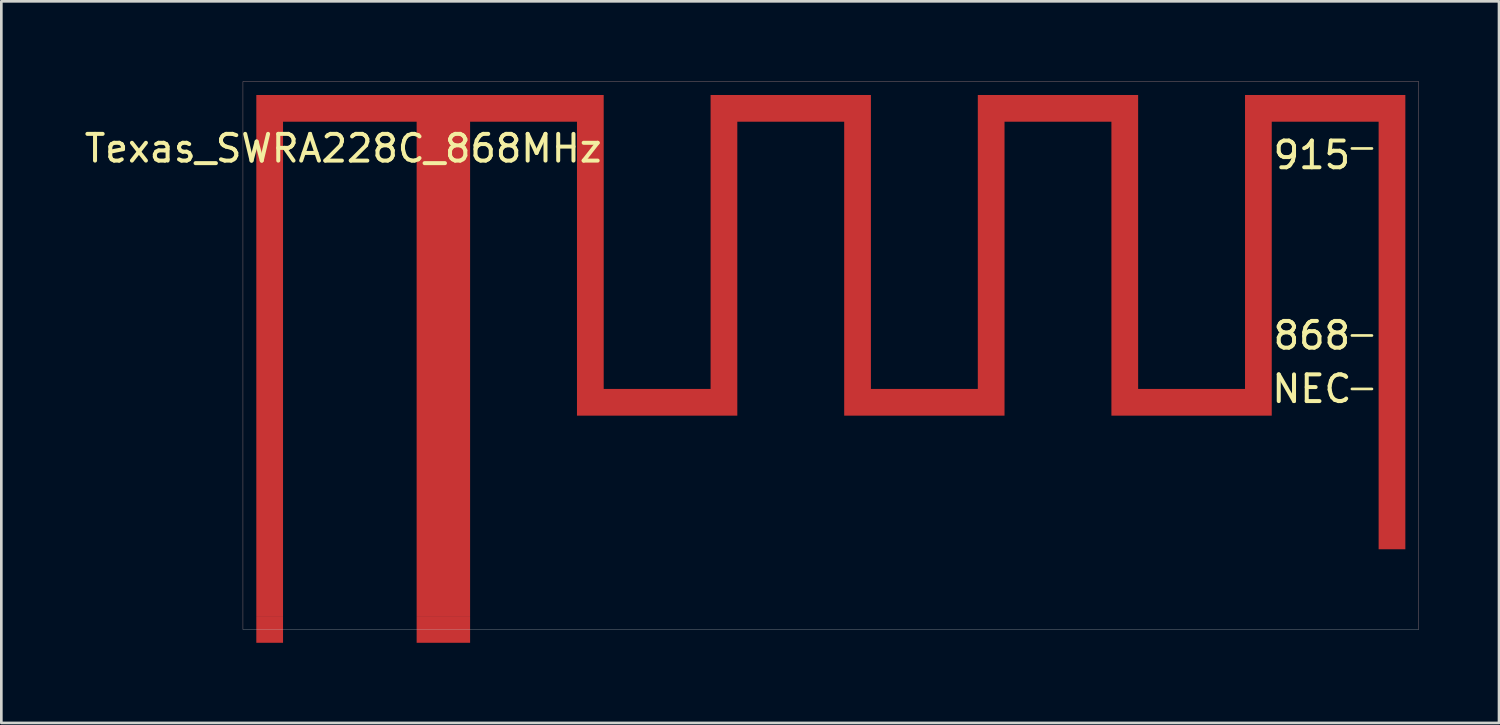
<source format=kicad_pcb>
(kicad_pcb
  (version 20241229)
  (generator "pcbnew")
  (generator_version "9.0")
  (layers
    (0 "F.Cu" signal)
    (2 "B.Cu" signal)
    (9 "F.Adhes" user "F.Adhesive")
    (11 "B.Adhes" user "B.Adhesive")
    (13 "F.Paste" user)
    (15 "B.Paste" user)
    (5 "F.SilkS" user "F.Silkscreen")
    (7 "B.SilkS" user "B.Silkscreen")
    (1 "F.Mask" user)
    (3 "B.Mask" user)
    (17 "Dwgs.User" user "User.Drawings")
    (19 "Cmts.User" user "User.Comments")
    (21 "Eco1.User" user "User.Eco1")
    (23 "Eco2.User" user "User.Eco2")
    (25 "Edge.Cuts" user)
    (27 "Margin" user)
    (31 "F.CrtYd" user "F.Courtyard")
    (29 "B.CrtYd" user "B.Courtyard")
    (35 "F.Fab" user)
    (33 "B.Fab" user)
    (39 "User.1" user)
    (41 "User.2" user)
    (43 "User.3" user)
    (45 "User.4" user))
  (footprint "Texas_SWRA228C_868MHz"
    (layer "F.Cu")
    (at 13.542 20.505)
    (property "Reference" "Texas_SWRA228C_868MHz" (at -3.75 -18 0) (layer "F.SilkS") (effects (font (size 1 1) (thickness 0.15))))
    (attr through_hole)
    (fp_poly (pts (xy -1 -0.5) (xy -1 -19) (xy -6 -19) (xy -6 -0.5) (xy -7 -0.5) (xy -7 -20) (xy 6 -20) (xy 6 -9) (xy 10 -9) (xy 10 -20) (xy 16 -20) (xy 16 -9) (xy 20 -9) (xy 20 -20) (xy 26 -20) (xy 26 -9) (xy 30 -9) (xy 30 -20) (xy 36 -20) (xy 36 -3) (xy 35 -3) (xy 35 -19) (xy 31 -19) (xy 31 -8) (xy 25 -8) (xy 25 -19) (xy 21 -19) (xy 21 -8) (xy 15 -8) (xy 15 -19) (xy 11 -19) (xy 11 -8) (xy 5 -8) (xy 5 -19) (xy 1 -19) (xy 1 -0.5)) (stroke (width 0) (type solid)) (fill yes) (layer "F.Cu"))
    (fp_poly (pts (xy 35 -3) (xy 36 -3) (xy 36 -18) (xy 35 -18)) (stroke (width 0.15) (type solid)) (fill yes) (layer "F.Mask"))
    (fp_line (start 34.75 -18) (end 34 -18) (stroke (width 0.1) (type solid)) (layer "F.SilkS"))
    (fp_line (start 34.75 -11) (end 34 -11) (stroke (width 0.1) (type solid)) (layer "F.SilkS"))
    (fp_line (start 34.75 -9) (end 34 -9) (stroke (width 0.1) (type solid)) (layer "F.SilkS"))
    (fp_line (start -7.5 -20.5) (end 36.5 -20.5) (stroke (width 0.01) (type solid)) (layer "B.SilkS"))
    (fp_line (start -7.5 0) (end -7.5 -20.5) (stroke (width 0.01) (type solid)) (layer "B.SilkS"))
    (fp_line (start 36.5 -20.5) (end 36.5 0) (stroke (width 0.01) (type solid)) (layer "B.SilkS"))
    (fp_line (start 36.5 0) (end -7.5 0) (stroke (width 0.01) (type solid)) (layer "Dwgs.User"))
    (fp_text user "NEC" (at 32.5 -9 0) (layer "F.SilkS") (effects (font (size 1 1) (thickness 0.15))))
    (fp_text user "868" (at 32.5 -11 0) (layer "F.SilkS") (effects (font (size 1 1) (thickness 0.15))))
    (fp_text user "915" (at 32.5 -17.75 0) (layer "F.SilkS") (effects (font (size 1 1) (thickness 0.15))))
    (pad "1" smd custom (at 0 0) (size 2 1) (layers "F.Cu" "F.Mask" "F.Paste") (options (anchor rect)) (primitives))
    (pad "2" smd rect (at -6.5 0) (size 1 1) (layers "F.Cu" "F.Mask" "F.Paste")))
  (gr_rect
    (start -3 -3)
    (end 53.047 24.005)
    (stroke (width 0.1) (type default))
    (fill no)
    (layer "Edge.Cuts")))
</source>
